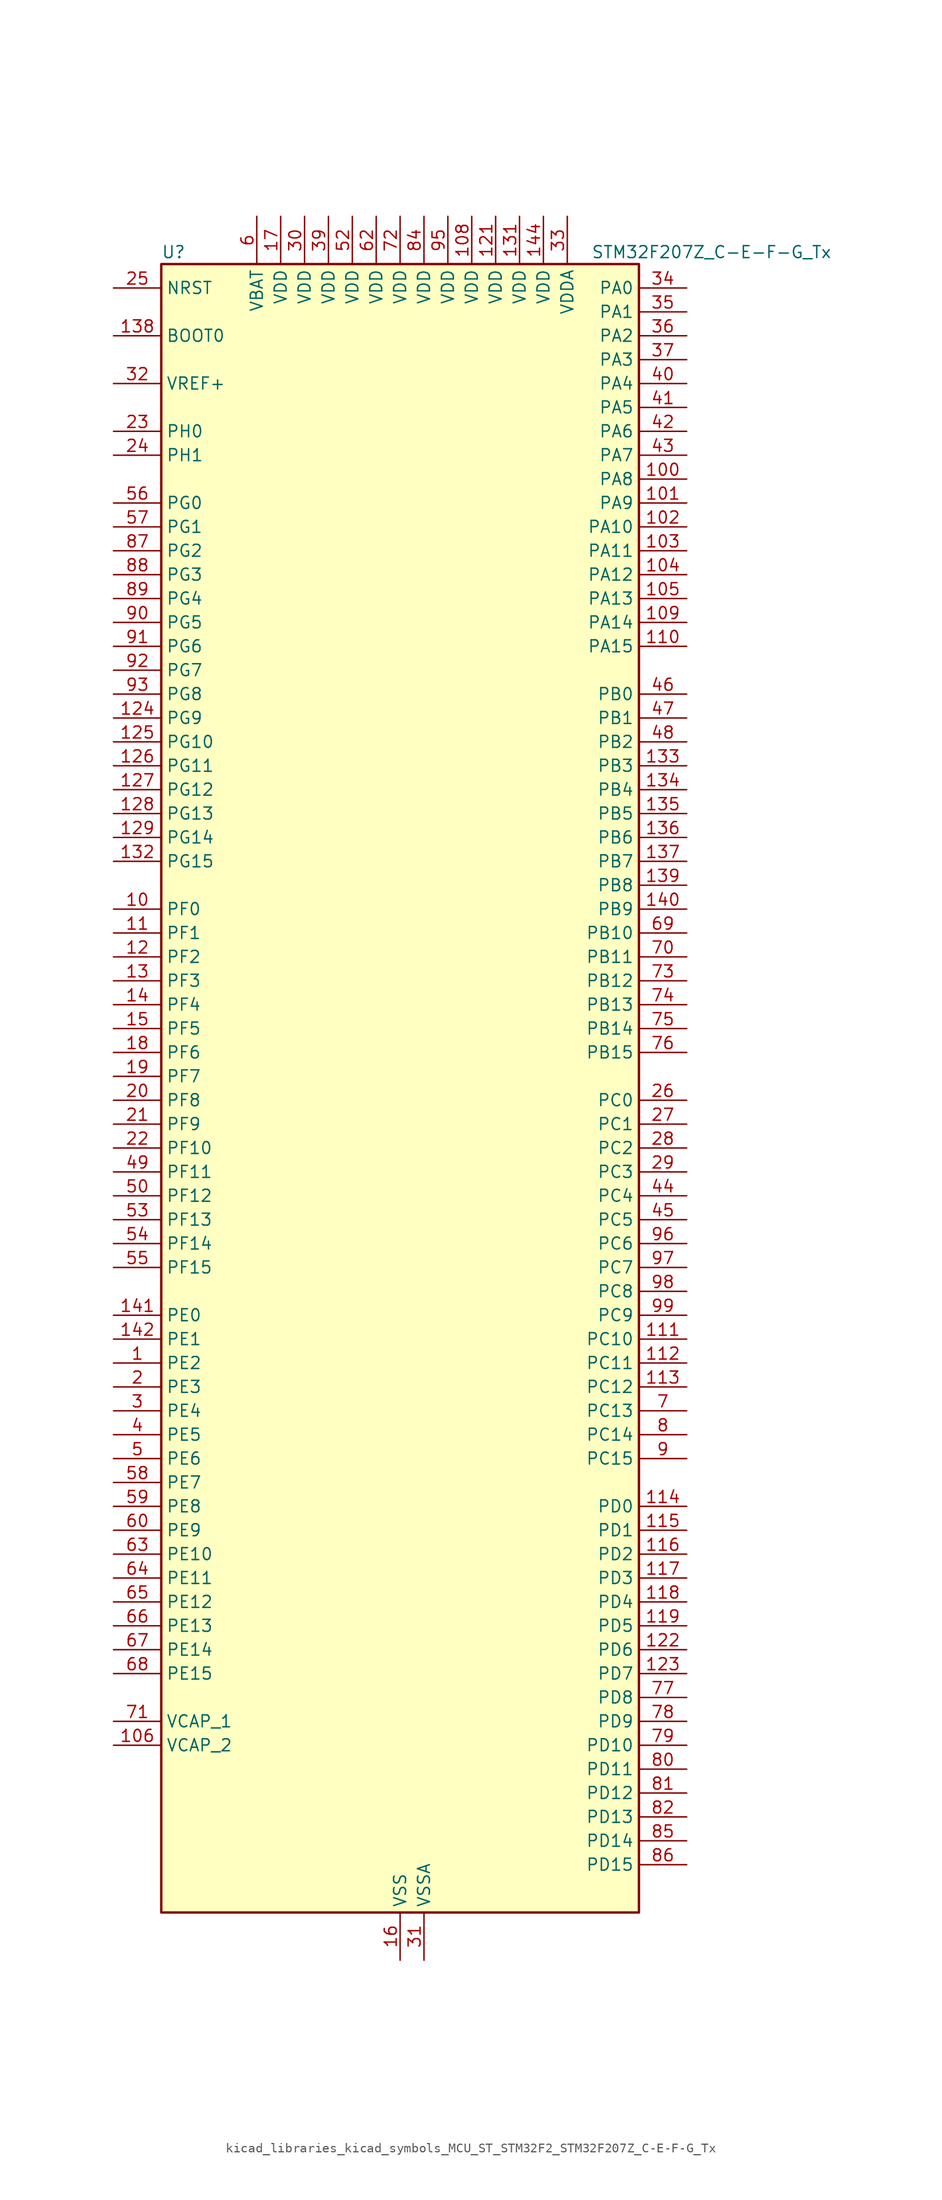
<source format=kicad_sym>
(kicad_symbol_lib
  (version 20220914)
  (generator kicad_symbol_editor)
  (symbol "kicad_libraries_kicad_symbols_MCU_ST_STM32F2_STM32F207Z_C-E-F-G_Tx"
    (property "Reference" "U"
      (at -25.4 90.17 0)
      (effects (font (size 1.27 1.27)) (justify left)))
    (property "Value" "STM32F207Z_C-E-F-G_Tx"
      (at 20.32 90.17 0)
      (effects (font (size 1.27 1.27)) (justify left)))
    (property "ki_locked" ""
      (at 0 0 0)
      (effects (font (size 1.27 1.27))))
    (symbol "kicad_libraries_kicad_symbols_MCU_ST_STM32F2_STM32F207Z_C-E-F-G_Tx_0_1"
      (rectangle (start -25.4 -86.36) (end 25.4 88.9) (stroke (width 0.254) (type default)) (fill (type background))))
    (symbol "kicad_libraries_kicad_symbols_MCU_ST_STM32F2_STM32F207Z_C-E-F-G_Tx_1_1"
      (pin bidirectional line (at -30.48 -27.94 0) (length 5.08) (name "PE2" (effects (font (size 1.27 1.27)))) (number "1" (effects (font (size 1.27 1.27)))) (alternate "ETH_TXD3" bidirectional line) (alternate "FSMC_A23" bidirectional line) (alternate "SYS_TRACECLK" bidirectional line))
      (pin bidirectional line (at -30.48 20.32 0) (length 5.08) (name "PF0" (effects (font (size 1.27 1.27)))) (number "10" (effects (font (size 1.27 1.27)))) (alternate "FSMC_A0" bidirectional line) (alternate "I2C2_SDA" bidirectional line))
      (pin bidirectional line (at 30.48 66.04 180) (length 5.08) (name "PA8" (effects (font (size 1.27 1.27)))) (number "100" (effects (font (size 1.27 1.27)))) (alternate "I2C3_SCL" bidirectional line) (alternate "RCC_MCO_1" bidirectional line) (alternate "TIM1_CH1" bidirectional line) (alternate "USART1_CK" bidirectional line) (alternate "USB_OTG_FS_SOF" bidirectional line))
      (pin bidirectional line (at 30.48 63.5 180) (length 5.08) (name "PA9" (effects (font (size 1.27 1.27)))) (number "101" (effects (font (size 1.27 1.27)))) (alternate "DAC_EXTI9" bidirectional line) (alternate "DCMI_D0" bidirectional line) (alternate "I2C3_SMBA" bidirectional line) (alternate "TIM1_CH2" bidirectional line) (alternate "USART1_TX" bidirectional line) (alternate "USB_OTG_FS_VBUS" bidirectional line))
      (pin bidirectional line (at 30.48 60.96 180) (length 5.08) (name "PA10" (effects (font (size 1.27 1.27)))) (number "102" (effects (font (size 1.27 1.27)))) (alternate "DCMI_D1" bidirectional line) (alternate "TIM1_CH3" bidirectional line) (alternate "USART1_RX" bidirectional line) (alternate "USB_OTG_FS_ID" bidirectional line))
      (pin bidirectional line (at 30.48 58.42 180) (length 5.08) (name "PA11" (effects (font (size 1.27 1.27)))) (number "103" (effects (font (size 1.27 1.27)))) (alternate "ADC1_EXTI11" bidirectional line) (alternate "ADC2_EXTI11" bidirectional line) (alternate "ADC3_EXTI11" bidirectional line) (alternate "CAN1_RX" bidirectional line) (alternate "TIM1_CH4" bidirectional line) (alternate "USART1_CTS" bidirectional line) (alternate "USB_OTG_FS_DM" bidirectional line))
      (pin bidirectional line (at 30.48 55.88 180) (length 5.08) (name "PA12" (effects (font (size 1.27 1.27)))) (number "104" (effects (font (size 1.27 1.27)))) (alternate "CAN1_TX" bidirectional line) (alternate "TIM1_ETR" bidirectional line) (alternate "USART1_RTS" bidirectional line) (alternate "USB_OTG_FS_DP" bidirectional line))
      (pin bidirectional line (at 30.48 53.34 180) (length 5.08) (name "PA13" (effects (font (size 1.27 1.27)))) (number "105" (effects (font (size 1.27 1.27)))) (alternate "SYS_JTMS-SWDIO" bidirectional line))
      (pin power_out line (at -30.48 -68.58 0) (length 5.08) (name "VCAP_2" (effects (font (size 1.27 1.27)))) (number "106" (effects (font (size 1.27 1.27)))))
      (pin passive line (at 0 -91.44 90) (length 5.08) hide (name "VSS" (effects (font (size 1.27 1.27)))) (number "107" (effects (font (size 1.27 1.27)))))
      (pin power_in line (at 7.62 93.98 270) (length 5.08) (name "VDD" (effects (font (size 1.27 1.27)))) (number "108" (effects (font (size 1.27 1.27)))))
      (pin bidirectional line (at 30.48 50.8 180) (length 5.08) (name "PA14" (effects (font (size 1.27 1.27)))) (number "109" (effects (font (size 1.27 1.27)))) (alternate "SYS_JTCK-SWCLK" bidirectional line))
      (pin bidirectional line (at -30.48 17.78 0) (length 5.08) (name "PF1" (effects (font (size 1.27 1.27)))) (number "11" (effects (font (size 1.27 1.27)))) (alternate "FSMC_A1" bidirectional line) (alternate "I2C2_SCL" bidirectional line))
      (pin bidirectional line (at 30.48 48.26 180) (length 5.08) (name "PA15" (effects (font (size 1.27 1.27)))) (number "110" (effects (font (size 1.27 1.27)))) (alternate "ADC1_EXTI15" bidirectional line) (alternate "ADC2_EXTI15" bidirectional line) (alternate "ADC3_EXTI15" bidirectional line) (alternate "I2S3_WS" bidirectional line) (alternate "SPI1_NSS" bidirectional line) (alternate "SPI3_NSS" bidirectional line) (alternate "SYS_JTDI" bidirectional line) (alternate "TIM2_CH1" bidirectional line) (alternate "TIM2_ETR" bidirectional line))
      (pin bidirectional line (at 30.48 -25.4 180) (length 5.08) (name "PC10" (effects (font (size 1.27 1.27)))) (number "111" (effects (font (size 1.27 1.27)))) (alternate "DCMI_D8" bidirectional line) (alternate "I2S3_SCK" bidirectional line) (alternate "SDIO_D2" bidirectional line) (alternate "SPI3_SCK" bidirectional line) (alternate "UART4_TX" bidirectional line) (alternate "USART3_TX" bidirectional line))
      (pin bidirectional line (at 30.48 -27.94 180) (length 5.08) (name "PC11" (effects (font (size 1.27 1.27)))) (number "112" (effects (font (size 1.27 1.27)))) (alternate "ADC1_EXTI11" bidirectional line) (alternate "ADC2_EXTI11" bidirectional line) (alternate "ADC3_EXTI11" bidirectional line) (alternate "DCMI_D4" bidirectional line) (alternate "SDIO_D3" bidirectional line) (alternate "SPI3_MISO" bidirectional line) (alternate "UART4_RX" bidirectional line) (alternate "USART3_RX" bidirectional line))
      (pin bidirectional line (at 30.48 -30.48 180) (length 5.08) (name "PC12" (effects (font (size 1.27 1.27)))) (number "113" (effects (font (size 1.27 1.27)))) (alternate "DCMI_D9" bidirectional line) (alternate "I2S3_SD" bidirectional line) (alternate "SDIO_CK" bidirectional line) (alternate "SPI3_MOSI" bidirectional line) (alternate "UART5_TX" bidirectional line) (alternate "USART3_CK" bidirectional line))
      (pin bidirectional line (at 30.48 -43.18 180) (length 5.08) (name "PD0" (effects (font (size 1.27 1.27)))) (number "114" (effects (font (size 1.27 1.27)))) (alternate "CAN1_RX" bidirectional line) (alternate "FSMC_D2" bidirectional line) (alternate "FSMC_DA2" bidirectional line))
      (pin bidirectional line (at 30.48 -45.72 180) (length 5.08) (name "PD1" (effects (font (size 1.27 1.27)))) (number "115" (effects (font (size 1.27 1.27)))) (alternate "CAN1_TX" bidirectional line) (alternate "FSMC_D3" bidirectional line) (alternate "FSMC_DA3" bidirectional line))
      (pin bidirectional line (at 30.48 -48.26 180) (length 5.08) (name "PD2" (effects (font (size 1.27 1.27)))) (number "116" (effects (font (size 1.27 1.27)))) (alternate "DCMI_D11" bidirectional line) (alternate "SDIO_CMD" bidirectional line) (alternate "TIM3_ETR" bidirectional line) (alternate "UART5_RX" bidirectional line))
      (pin bidirectional line (at 30.48 -50.8 180) (length 5.08) (name "PD3" (effects (font (size 1.27 1.27)))) (number "117" (effects (font (size 1.27 1.27)))) (alternate "FSMC_CLK" bidirectional line) (alternate "USART2_CTS" bidirectional line))
      (pin bidirectional line (at 30.48 -53.34 180) (length 5.08) (name "PD4" (effects (font (size 1.27 1.27)))) (number "118" (effects (font (size 1.27 1.27)))) (alternate "FSMC_NOE" bidirectional line) (alternate "USART2_RTS" bidirectional line))
      (pin bidirectional line (at 30.48 -55.88 180) (length 5.08) (name "PD5" (effects (font (size 1.27 1.27)))) (number "119" (effects (font (size 1.27 1.27)))) (alternate "FSMC_NWE" bidirectional line) (alternate "USART2_TX" bidirectional line))
      (pin bidirectional line (at -30.48 15.24 0) (length 5.08) (name "PF2" (effects (font (size 1.27 1.27)))) (number "12" (effects (font (size 1.27 1.27)))) (alternate "FSMC_A2" bidirectional line) (alternate "I2C2_SMBA" bidirectional line))
      (pin passive line (at 0 -91.44 90) (length 5.08) hide (name "VSS" (effects (font (size 1.27 1.27)))) (number "120" (effects (font (size 1.27 1.27)))))
      (pin power_in line (at 10.16 93.98 270) (length 5.08) (name "VDD" (effects (font (size 1.27 1.27)))) (number "121" (effects (font (size 1.27 1.27)))))
      (pin bidirectional line (at 30.48 -58.42 180) (length 5.08) (name "PD6" (effects (font (size 1.27 1.27)))) (number "122" (effects (font (size 1.27 1.27)))) (alternate "FSMC_NWAIT" bidirectional line) (alternate "USART2_RX" bidirectional line))
      (pin bidirectional line (at 30.48 -60.96 180) (length 5.08) (name "PD7" (effects (font (size 1.27 1.27)))) (number "123" (effects (font (size 1.27 1.27)))) (alternate "FSMC_NCE2" bidirectional line) (alternate "FSMC_NE1" bidirectional line) (alternate "USART2_CK" bidirectional line))
      (pin bidirectional line (at -30.48 40.64 0) (length 5.08) (name "PG9" (effects (font (size 1.27 1.27)))) (number "124" (effects (font (size 1.27 1.27)))) (alternate "DAC_EXTI9" bidirectional line) (alternate "FSMC_NCE3" bidirectional line) (alternate "FSMC_NE2" bidirectional line) (alternate "USART6_RX" bidirectional line))
      (pin bidirectional line (at -30.48 38.1 0) (length 5.08) (name "PG10" (effects (font (size 1.27 1.27)))) (number "125" (effects (font (size 1.27 1.27)))) (alternate "FSMC_NCE4_1" bidirectional line) (alternate "FSMC_NE3" bidirectional line))
      (pin bidirectional line (at -30.48 35.56 0) (length 5.08) (name "PG11" (effects (font (size 1.27 1.27)))) (number "126" (effects (font (size 1.27 1.27)))) (alternate "ADC1_EXTI11" bidirectional line) (alternate "ADC2_EXTI11" bidirectional line) (alternate "ADC3_EXTI11" bidirectional line) (alternate "ETH_TX_EN" bidirectional line) (alternate "FSMC_NCE4_2" bidirectional line))
      (pin bidirectional line (at -30.48 33.02 0) (length 5.08) (name "PG12" (effects (font (size 1.27 1.27)))) (number "127" (effects (font (size 1.27 1.27)))) (alternate "FSMC_NE4" bidirectional line) (alternate "USART6_RTS" bidirectional line))
      (pin bidirectional line (at -30.48 30.48 0) (length 5.08) (name "PG13" (effects (font (size 1.27 1.27)))) (number "128" (effects (font (size 1.27 1.27)))) (alternate "ETH_TXD0" bidirectional line) (alternate "FSMC_A24" bidirectional line) (alternate "USART6_CTS" bidirectional line))
      (pin bidirectional line (at -30.48 27.94 0) (length 5.08) (name "PG14" (effects (font (size 1.27 1.27)))) (number "129" (effects (font (size 1.27 1.27)))) (alternate "ETH_TXD1" bidirectional line) (alternate "FSMC_A25" bidirectional line) (alternate "USART6_TX" bidirectional line))
      (pin bidirectional line (at -30.48 12.7 0) (length 5.08) (name "PF3" (effects (font (size 1.27 1.27)))) (number "13" (effects (font (size 1.27 1.27)))) (alternate "ADC3_IN9" bidirectional line) (alternate "FSMC_A3" bidirectional line))
      (pin passive line (at 0 -91.44 90) (length 5.08) hide (name "VSS" (effects (font (size 1.27 1.27)))) (number "130" (effects (font (size 1.27 1.27)))))
      (pin power_in line (at 12.7 93.98 270) (length 5.08) (name "VDD" (effects (font (size 1.27 1.27)))) (number "131" (effects (font (size 1.27 1.27)))))
      (pin bidirectional line (at -30.48 25.4 0) (length 5.08) (name "PG15" (effects (font (size 1.27 1.27)))) (number "132" (effects (font (size 1.27 1.27)))) (alternate "ADC1_EXTI15" bidirectional line) (alternate "ADC2_EXTI15" bidirectional line) (alternate "ADC3_EXTI15" bidirectional line) (alternate "DCMI_D13" bidirectional line) (alternate "USART6_CTS" bidirectional line))
      (pin bidirectional line (at 30.48 35.56 180) (length 5.08) (name "PB3" (effects (font (size 1.27 1.27)))) (number "133" (effects (font (size 1.27 1.27)))) (alternate "I2S3_SCK" bidirectional line) (alternate "SPI1_SCK" bidirectional line) (alternate "SPI3_SCK" bidirectional line) (alternate "SYS_JTDO-SWO" bidirectional line) (alternate "TIM2_CH2" bidirectional line))
      (pin bidirectional line (at 30.48 33.02 180) (length 5.08) (name "PB4" (effects (font (size 1.27 1.27)))) (number "134" (effects (font (size 1.27 1.27)))) (alternate "SPI1_MISO" bidirectional line) (alternate "SPI3_MISO" bidirectional line) (alternate "SYS_JTRST" bidirectional line) (alternate "TIM3_CH1" bidirectional line))
      (pin bidirectional line (at 30.48 30.48 180) (length 5.08) (name "PB5" (effects (font (size 1.27 1.27)))) (number "135" (effects (font (size 1.27 1.27)))) (alternate "CAN2_RX" bidirectional line) (alternate "DCMI_D10" bidirectional line) (alternate "ETH_PPS_OUT" bidirectional line) (alternate "I2C1_SMBA" bidirectional line) (alternate "I2S3_SD" bidirectional line) (alternate "SPI1_MOSI" bidirectional line) (alternate "SPI3_MOSI" bidirectional line) (alternate "TIM3_CH2" bidirectional line) (alternate "USB_OTG_HS_ULPI_D7" bidirectional line))
      (pin bidirectional line (at 30.48 27.94 180) (length 5.08) (name "PB6" (effects (font (size 1.27 1.27)))) (number "136" (effects (font (size 1.27 1.27)))) (alternate "CAN2_TX" bidirectional line) (alternate "DCMI_D5" bidirectional line) (alternate "I2C1_SCL" bidirectional line) (alternate "TIM4_CH1" bidirectional line) (alternate "USART1_TX" bidirectional line))
      (pin bidirectional line (at 30.48 25.4 180) (length 5.08) (name "PB7" (effects (font (size 1.27 1.27)))) (number "137" (effects (font (size 1.27 1.27)))) (alternate "DCMI_VSYNC" bidirectional line) (alternate "FSMC_NL" bidirectional line) (alternate "I2C1_SDA" bidirectional line) (alternate "TIM4_CH2" bidirectional line) (alternate "USART1_RX" bidirectional line))
      (pin input line (at -30.48 81.28 0) (length 5.08) (name "BOOT0" (effects (font (size 1.27 1.27)))) (number "138" (effects (font (size 1.27 1.27)))))
      (pin bidirectional line (at 30.48 22.86 180) (length 5.08) (name "PB8" (effects (font (size 1.27 1.27)))) (number "139" (effects (font (size 1.27 1.27)))) (alternate "CAN1_RX" bidirectional line) (alternate "DCMI_D6" bidirectional line) (alternate "ETH_TXD3" bidirectional line) (alternate "I2C1_SCL" bidirectional line) (alternate "SDIO_D4" bidirectional line) (alternate "TIM10_CH1" bidirectional line) (alternate "TIM4_CH3" bidirectional line))
      (pin bidirectional line (at -30.48 10.16 0) (length 5.08) (name "PF4" (effects (font (size 1.27 1.27)))) (number "14" (effects (font (size 1.27 1.27)))) (alternate "ADC3_IN14" bidirectional line) (alternate "FSMC_A4" bidirectional line))
      (pin bidirectional line (at 30.48 20.32 180) (length 5.08) (name "PB9" (effects (font (size 1.27 1.27)))) (number "140" (effects (font (size 1.27 1.27)))) (alternate "CAN1_TX" bidirectional line) (alternate "DAC_EXTI9" bidirectional line) (alternate "DCMI_D7" bidirectional line) (alternate "I2C1_SDA" bidirectional line) (alternate "I2S2_WS" bidirectional line) (alternate "SDIO_D5" bidirectional line) (alternate "SPI2_NSS" bidirectional line) (alternate "TIM11_CH1" bidirectional line) (alternate "TIM4_CH4" bidirectional line))
      (pin bidirectional line (at -30.48 -22.86 0) (length 5.08) (name "PE0" (effects (font (size 1.27 1.27)))) (number "141" (effects (font (size 1.27 1.27)))) (alternate "DCMI_D2" bidirectional line) (alternate "FSMC_NBL0" bidirectional line) (alternate "TIM4_ETR" bidirectional line))
      (pin bidirectional line (at -30.48 -25.4 0) (length 5.08) (name "PE1" (effects (font (size 1.27 1.27)))) (number "142" (effects (font (size 1.27 1.27)))) (alternate "DCMI_D3" bidirectional line) (alternate "FSMC_NBL1" bidirectional line))
      (pin no_connect line (at -25.4 -86.36 0) (length 5.08) hide (name "RFU" (effects (font (size 1.27 1.27)))) (number "143" (effects (font (size 1.27 1.27)))))
      (pin power_in line (at 15.24 93.98 270) (length 5.08) (name "VDD" (effects (font (size 1.27 1.27)))) (number "144" (effects (font (size 1.27 1.27)))))
      (pin bidirectional line (at -30.48 7.62 0) (length 5.08) (name "PF5" (effects (font (size 1.27 1.27)))) (number "15" (effects (font (size 1.27 1.27)))) (alternate "ADC3_IN15" bidirectional line) (alternate "FSMC_A5" bidirectional line))
      (pin power_in line (at 0 -91.44 90) (length 5.08) (name "VSS" (effects (font (size 1.27 1.27)))) (number "16" (effects (font (size 1.27 1.27)))))
      (pin power_in line (at -12.7 93.98 270) (length 5.08) (name "VDD" (effects (font (size 1.27 1.27)))) (number "17" (effects (font (size 1.27 1.27)))))
      (pin bidirectional line (at -30.48 5.08 0) (length 5.08) (name "PF6" (effects (font (size 1.27 1.27)))) (number "18" (effects (font (size 1.27 1.27)))) (alternate "ADC3_IN4" bidirectional line) (alternate "FSMC_NIORD" bidirectional line) (alternate "TIM10_CH1" bidirectional line))
      (pin bidirectional line (at -30.48 2.54 0) (length 5.08) (name "PF7" (effects (font (size 1.27 1.27)))) (number "19" (effects (font (size 1.27 1.27)))) (alternate "ADC3_IN5" bidirectional line) (alternate "FSMC_NREG" bidirectional line) (alternate "TIM11_CH1" bidirectional line))
      (pin bidirectional line (at -30.48 -30.48 0) (length 5.08) (name "PE3" (effects (font (size 1.27 1.27)))) (number "2" (effects (font (size 1.27 1.27)))) (alternate "FSMC_A19" bidirectional line) (alternate "SYS_TRACED0" bidirectional line))
      (pin bidirectional line (at -30.48 0 0) (length 5.08) (name "PF8" (effects (font (size 1.27 1.27)))) (number "20" (effects (font (size 1.27 1.27)))) (alternate "ADC3_IN6" bidirectional line) (alternate "FSMC_NIOWR" bidirectional line) (alternate "TIM13_CH1" bidirectional line))
      (pin bidirectional line (at -30.48 -2.54 0) (length 5.08) (name "PF9" (effects (font (size 1.27 1.27)))) (number "21" (effects (font (size 1.27 1.27)))) (alternate "ADC3_IN7" bidirectional line) (alternate "DAC_EXTI9" bidirectional line) (alternate "FSMC_CD" bidirectional line) (alternate "TIM14_CH1" bidirectional line))
      (pin bidirectional line (at -30.48 -5.08 0) (length 5.08) (name "PF10" (effects (font (size 1.27 1.27)))) (number "22" (effects (font (size 1.27 1.27)))) (alternate "ADC3_IN8" bidirectional line) (alternate "FSMC_INTR" bidirectional line))
      (pin bidirectional line (at -30.48 71.12 0) (length 5.08) (name "PH0" (effects (font (size 1.27 1.27)))) (number "23" (effects (font (size 1.27 1.27)))) (alternate "RCC_OSC_IN" bidirectional line))
      (pin bidirectional line (at -30.48 68.58 0) (length 5.08) (name "PH1" (effects (font (size 1.27 1.27)))) (number "24" (effects (font (size 1.27 1.27)))) (alternate "RCC_OSC_OUT" bidirectional line))
      (pin input line (at -30.48 86.36 0) (length 5.08) (name "NRST" (effects (font (size 1.27 1.27)))) (number "25" (effects (font (size 1.27 1.27)))))
      (pin bidirectional line (at 30.48 0 180) (length 5.08) (name "PC0" (effects (font (size 1.27 1.27)))) (number "26" (effects (font (size 1.27 1.27)))) (alternate "ADC1_IN10" bidirectional line) (alternate "ADC2_IN10" bidirectional line) (alternate "ADC3_IN10" bidirectional line) (alternate "USB_OTG_HS_ULPI_STP" bidirectional line))
      (pin bidirectional line (at 30.48 -2.54 180) (length 5.08) (name "PC1" (effects (font (size 1.27 1.27)))) (number "27" (effects (font (size 1.27 1.27)))) (alternate "ADC1_IN11" bidirectional line) (alternate "ADC2_IN11" bidirectional line) (alternate "ADC3_IN11" bidirectional line) (alternate "ETH_MDC" bidirectional line))
      (pin bidirectional line (at 30.48 -5.08 180) (length 5.08) (name "PC2" (effects (font (size 1.27 1.27)))) (number "28" (effects (font (size 1.27 1.27)))) (alternate "ADC1_IN12" bidirectional line) (alternate "ADC2_IN12" bidirectional line) (alternate "ADC3_IN12" bidirectional line) (alternate "ETH_TXD2" bidirectional line) (alternate "SPI2_MISO" bidirectional line) (alternate "USB_OTG_HS_ULPI_DIR" bidirectional line))
      (pin bidirectional line (at 30.48 -7.62 180) (length 5.08) (name "PC3" (effects (font (size 1.27 1.27)))) (number "29" (effects (font (size 1.27 1.27)))) (alternate "ADC1_IN13" bidirectional line) (alternate "ADC2_IN13" bidirectional line) (alternate "ADC3_IN13" bidirectional line) (alternate "ETH_TX_CLK" bidirectional line) (alternate "I2S2_SD" bidirectional line) (alternate "SPI2_MOSI" bidirectional line) (alternate "USB_OTG_HS_ULPI_NXT" bidirectional line))
      (pin bidirectional line (at -30.48 -33.02 0) (length 5.08) (name "PE4" (effects (font (size 1.27 1.27)))) (number "3" (effects (font (size 1.27 1.27)))) (alternate "DCMI_D4" bidirectional line) (alternate "FSMC_A20" bidirectional line) (alternate "SYS_TRACED1" bidirectional line))
      (pin power_in line (at -10.16 93.98 270) (length 5.08) (name "VDD" (effects (font (size 1.27 1.27)))) (number "30" (effects (font (size 1.27 1.27)))))
      (pin power_in line (at 2.54 -91.44 90) (length 5.08) (name "VSSA" (effects (font (size 1.27 1.27)))) (number "31" (effects (font (size 1.27 1.27)))))
      (pin input line (at -30.48 76.2 0) (length 5.08) (name "VREF+" (effects (font (size 1.27 1.27)))) (number "32" (effects (font (size 1.27 1.27)))))
      (pin power_in line (at 17.78 93.98 270) (length 5.08) (name "VDDA" (effects (font (size 1.27 1.27)))) (number "33" (effects (font (size 1.27 1.27)))))
      (pin bidirectional line (at 30.48 86.36 180) (length 5.08) (name "PA0" (effects (font (size 1.27 1.27)))) (number "34" (effects (font (size 1.27 1.27)))) (alternate "ADC1_IN0" bidirectional line) (alternate "ADC2_IN0" bidirectional line) (alternate "ADC3_IN0" bidirectional line) (alternate "ETH_CRS" bidirectional line) (alternate "SYS_WKUP" bidirectional line) (alternate "TIM2_CH1" bidirectional line) (alternate "TIM2_ETR" bidirectional line) (alternate "TIM5_CH1" bidirectional line) (alternate "TIM8_ETR" bidirectional line) (alternate "UART4_TX" bidirectional line) (alternate "USART2_CTS" bidirectional line))
      (pin bidirectional line (at 30.48 83.82 180) (length 5.08) (name "PA1" (effects (font (size 1.27 1.27)))) (number "35" (effects (font (size 1.27 1.27)))) (alternate "ADC1_IN1" bidirectional line) (alternate "ADC2_IN1" bidirectional line) (alternate "ADC3_IN1" bidirectional line) (alternate "ETH_REF_CLK" bidirectional line) (alternate "ETH_RX_CLK" bidirectional line) (alternate "TIM2_CH2" bidirectional line) (alternate "TIM5_CH2" bidirectional line) (alternate "UART4_RX" bidirectional line) (alternate "USART2_RTS" bidirectional line))
      (pin bidirectional line (at 30.48 81.28 180) (length 5.08) (name "PA2" (effects (font (size 1.27 1.27)))) (number "36" (effects (font (size 1.27 1.27)))) (alternate "ADC1_IN2" bidirectional line) (alternate "ADC2_IN2" bidirectional line) (alternate "ADC3_IN2" bidirectional line) (alternate "ETH_MDIO" bidirectional line) (alternate "TIM2_CH3" bidirectional line) (alternate "TIM5_CH3" bidirectional line) (alternate "TIM9_CH1" bidirectional line) (alternate "USART2_TX" bidirectional line))
      (pin bidirectional line (at 30.48 78.74 180) (length 5.08) (name "PA3" (effects (font (size 1.27 1.27)))) (number "37" (effects (font (size 1.27 1.27)))) (alternate "ADC1_IN3" bidirectional line) (alternate "ADC2_IN3" bidirectional line) (alternate "ADC3_IN3" bidirectional line) (alternate "ETH_COL" bidirectional line) (alternate "TIM2_CH4" bidirectional line) (alternate "TIM5_CH4" bidirectional line) (alternate "TIM9_CH2" bidirectional line) (alternate "USART2_RX" bidirectional line) (alternate "USB_OTG_HS_ULPI_D0" bidirectional line))
      (pin passive line (at 0 -91.44 90) (length 5.08) hide (name "VSS" (effects (font (size 1.27 1.27)))) (number "38" (effects (font (size 1.27 1.27)))))
      (pin power_in line (at -7.62 93.98 270) (length 5.08) (name "VDD" (effects (font (size 1.27 1.27)))) (number "39" (effects (font (size 1.27 1.27)))))
      (pin bidirectional line (at -30.48 -35.56 0) (length 5.08) (name "PE5" (effects (font (size 1.27 1.27)))) (number "4" (effects (font (size 1.27 1.27)))) (alternate "DCMI_D6" bidirectional line) (alternate "FSMC_A21" bidirectional line) (alternate "SYS_TRACED2" bidirectional line) (alternate "TIM9_CH1" bidirectional line))
      (pin bidirectional line (at 30.48 76.2 180) (length 5.08) (name "PA4" (effects (font (size 1.27 1.27)))) (number "40" (effects (font (size 1.27 1.27)))) (alternate "ADC1_IN4" bidirectional line) (alternate "ADC2_IN4" bidirectional line) (alternate "DAC_OUT1" bidirectional line) (alternate "DCMI_HSYNC" bidirectional line) (alternate "I2S3_WS" bidirectional line) (alternate "SPI1_NSS" bidirectional line) (alternate "SPI3_NSS" bidirectional line) (alternate "USART2_CK" bidirectional line) (alternate "USB_OTG_HS_SOF" bidirectional line))
      (pin bidirectional line (at 30.48 73.66 180) (length 5.08) (name "PA5" (effects (font (size 1.27 1.27)))) (number "41" (effects (font (size 1.27 1.27)))) (alternate "ADC1_IN5" bidirectional line) (alternate "ADC2_IN5" bidirectional line) (alternate "DAC_OUT2" bidirectional line) (alternate "SPI1_SCK" bidirectional line) (alternate "TIM2_CH1" bidirectional line) (alternate "TIM2_ETR" bidirectional line) (alternate "TIM8_CH1N" bidirectional line) (alternate "USB_OTG_HS_ULPI_CK" bidirectional line))
      (pin bidirectional line (at 30.48 71.12 180) (length 5.08) (name "PA6" (effects (font (size 1.27 1.27)))) (number "42" (effects (font (size 1.27 1.27)))) (alternate "ADC1_IN6" bidirectional line) (alternate "ADC2_IN6" bidirectional line) (alternate "DCMI_PIXCLK" bidirectional line) (alternate "SPI1_MISO" bidirectional line) (alternate "TIM13_CH1" bidirectional line) (alternate "TIM1_BKIN" bidirectional line) (alternate "TIM3_CH1" bidirectional line) (alternate "TIM8_BKIN" bidirectional line))
      (pin bidirectional line (at 30.48 68.58 180) (length 5.08) (name "PA7" (effects (font (size 1.27 1.27)))) (number "43" (effects (font (size 1.27 1.27)))) (alternate "ADC1_IN7" bidirectional line) (alternate "ADC2_IN7" bidirectional line) (alternate "ETH_CRS_DV" bidirectional line) (alternate "ETH_RX_DV" bidirectional line) (alternate "SPI1_MOSI" bidirectional line) (alternate "TIM14_CH1" bidirectional line) (alternate "TIM1_CH1N" bidirectional line) (alternate "TIM3_CH2" bidirectional line) (alternate "TIM8_CH1N" bidirectional line))
      (pin bidirectional line (at 30.48 -10.16 180) (length 5.08) (name "PC4" (effects (font (size 1.27 1.27)))) (number "44" (effects (font (size 1.27 1.27)))) (alternate "ADC1_IN14" bidirectional line) (alternate "ADC2_IN14" bidirectional line) (alternate "ETH_RXD0" bidirectional line))
      (pin bidirectional line (at 30.48 -12.7 180) (length 5.08) (name "PC5" (effects (font (size 1.27 1.27)))) (number "45" (effects (font (size 1.27 1.27)))) (alternate "ADC1_IN15" bidirectional line) (alternate "ADC2_IN15" bidirectional line) (alternate "ETH_RXD1" bidirectional line))
      (pin bidirectional line (at 30.48 43.18 180) (length 5.08) (name "PB0" (effects (font (size 1.27 1.27)))) (number "46" (effects (font (size 1.27 1.27)))) (alternate "ADC1_IN8" bidirectional line) (alternate "ADC2_IN8" bidirectional line) (alternate "ETH_RXD2" bidirectional line) (alternate "TIM1_CH2N" bidirectional line) (alternate "TIM3_CH3" bidirectional line) (alternate "TIM8_CH2N" bidirectional line) (alternate "USB_OTG_HS_ULPI_D1" bidirectional line))
      (pin bidirectional line (at 30.48 40.64 180) (length 5.08) (name "PB1" (effects (font (size 1.27 1.27)))) (number "47" (effects (font (size 1.27 1.27)))) (alternate "ADC1_IN9" bidirectional line) (alternate "ADC2_IN9" bidirectional line) (alternate "ETH_RXD3" bidirectional line) (alternate "TIM1_CH3N" bidirectional line) (alternate "TIM3_CH4" bidirectional line) (alternate "TIM8_CH3N" bidirectional line) (alternate "USB_OTG_HS_ULPI_D2" bidirectional line))
      (pin bidirectional line (at 30.48 38.1 180) (length 5.08) (name "PB2" (effects (font (size 1.27 1.27)))) (number "48" (effects (font (size 1.27 1.27)))))
      (pin bidirectional line (at -30.48 -7.62 0) (length 5.08) (name "PF11" (effects (font (size 1.27 1.27)))) (number "49" (effects (font (size 1.27 1.27)))) (alternate "ADC1_EXTI11" bidirectional line) (alternate "ADC2_EXTI11" bidirectional line) (alternate "ADC3_EXTI11" bidirectional line) (alternate "DCMI_D12" bidirectional line))
      (pin bidirectional line (at -30.48 -38.1 0) (length 5.08) (name "PE6" (effects (font (size 1.27 1.27)))) (number "5" (effects (font (size 1.27 1.27)))) (alternate "DCMI_D7" bidirectional line) (alternate "FSMC_A22" bidirectional line) (alternate "SYS_TRACED3" bidirectional line) (alternate "TIM9_CH2" bidirectional line))
      (pin bidirectional line (at -30.48 -10.16 0) (length 5.08) (name "PF12" (effects (font (size 1.27 1.27)))) (number "50" (effects (font (size 1.27 1.27)))) (alternate "FSMC_A6" bidirectional line))
      (pin passive line (at 0 -91.44 90) (length 5.08) hide (name "VSS" (effects (font (size 1.27 1.27)))) (number "51" (effects (font (size 1.27 1.27)))))
      (pin power_in line (at -5.08 93.98 270) (length 5.08) (name "VDD" (effects (font (size 1.27 1.27)))) (number "52" (effects (font (size 1.27 1.27)))))
      (pin bidirectional line (at -30.48 -12.7 0) (length 5.08) (name "PF13" (effects (font (size 1.27 1.27)))) (number "53" (effects (font (size 1.27 1.27)))) (alternate "FSMC_A7" bidirectional line))
      (pin bidirectional line (at -30.48 -15.24 0) (length 5.08) (name "PF14" (effects (font (size 1.27 1.27)))) (number "54" (effects (font (size 1.27 1.27)))) (alternate "FSMC_A8" bidirectional line))
      (pin bidirectional line (at -30.48 -17.78 0) (length 5.08) (name "PF15" (effects (font (size 1.27 1.27)))) (number "55" (effects (font (size 1.27 1.27)))) (alternate "ADC1_EXTI15" bidirectional line) (alternate "ADC2_EXTI15" bidirectional line) (alternate "ADC3_EXTI15" bidirectional line) (alternate "FSMC_A9" bidirectional line))
      (pin bidirectional line (at -30.48 63.5 0) (length 5.08) (name "PG0" (effects (font (size 1.27 1.27)))) (number "56" (effects (font (size 1.27 1.27)))) (alternate "FSMC_A10" bidirectional line))
      (pin bidirectional line (at -30.48 60.96 0) (length 5.08) (name "PG1" (effects (font (size 1.27 1.27)))) (number "57" (effects (font (size 1.27 1.27)))) (alternate "FSMC_A11" bidirectional line))
      (pin bidirectional line (at -30.48 -40.64 0) (length 5.08) (name "PE7" (effects (font (size 1.27 1.27)))) (number "58" (effects (font (size 1.27 1.27)))) (alternate "FSMC_D4" bidirectional line) (alternate "FSMC_DA4" bidirectional line) (alternate "TIM1_ETR" bidirectional line))
      (pin bidirectional line (at -30.48 -43.18 0) (length 5.08) (name "PE8" (effects (font (size 1.27 1.27)))) (number "59" (effects (font (size 1.27 1.27)))) (alternate "FSMC_D5" bidirectional line) (alternate "FSMC_DA5" bidirectional line) (alternate "TIM1_CH1N" bidirectional line))
      (pin power_in line (at -15.24 93.98 270) (length 5.08) (name "VBAT" (effects (font (size 1.27 1.27)))) (number "6" (effects (font (size 1.27 1.27)))))
      (pin bidirectional line (at -30.48 -45.72 0) (length 5.08) (name "PE9" (effects (font (size 1.27 1.27)))) (number "60" (effects (font (size 1.27 1.27)))) (alternate "DAC_EXTI9" bidirectional line) (alternate "FSMC_D6" bidirectional line) (alternate "FSMC_DA6" bidirectional line) (alternate "TIM1_CH1" bidirectional line))
      (pin passive line (at 0 -91.44 90) (length 5.08) hide (name "VSS" (effects (font (size 1.27 1.27)))) (number "61" (effects (font (size 1.27 1.27)))))
      (pin power_in line (at -2.54 93.98 270) (length 5.08) (name "VDD" (effects (font (size 1.27 1.27)))) (number "62" (effects (font (size 1.27 1.27)))))
      (pin bidirectional line (at -30.48 -48.26 0) (length 5.08) (name "PE10" (effects (font (size 1.27 1.27)))) (number "63" (effects (font (size 1.27 1.27)))) (alternate "FSMC_D7" bidirectional line) (alternate "FSMC_DA7" bidirectional line) (alternate "TIM1_CH2N" bidirectional line))
      (pin bidirectional line (at -30.48 -50.8 0) (length 5.08) (name "PE11" (effects (font (size 1.27 1.27)))) (number "64" (effects (font (size 1.27 1.27)))) (alternate "ADC1_EXTI11" bidirectional line) (alternate "ADC2_EXTI11" bidirectional line) (alternate "ADC3_EXTI11" bidirectional line) (alternate "FSMC_D8" bidirectional line) (alternate "FSMC_DA8" bidirectional line) (alternate "TIM1_CH2" bidirectional line))
      (pin bidirectional line (at -30.48 -53.34 0) (length 5.08) (name "PE12" (effects (font (size 1.27 1.27)))) (number "65" (effects (font (size 1.27 1.27)))) (alternate "FSMC_D9" bidirectional line) (alternate "FSMC_DA9" bidirectional line) (alternate "TIM1_CH3N" bidirectional line))
      (pin bidirectional line (at -30.48 -55.88 0) (length 5.08) (name "PE13" (effects (font (size 1.27 1.27)))) (number "66" (effects (font (size 1.27 1.27)))) (alternate "FSMC_D10" bidirectional line) (alternate "FSMC_DA10" bidirectional line) (alternate "TIM1_CH3" bidirectional line))
      (pin bidirectional line (at -30.48 -58.42 0) (length 5.08) (name "PE14" (effects (font (size 1.27 1.27)))) (number "67" (effects (font (size 1.27 1.27)))) (alternate "FSMC_D11" bidirectional line) (alternate "FSMC_DA11" bidirectional line) (alternate "TIM1_CH4" bidirectional line))
      (pin bidirectional line (at -30.48 -60.96 0) (length 5.08) (name "PE15" (effects (font (size 1.27 1.27)))) (number "68" (effects (font (size 1.27 1.27)))) (alternate "ADC1_EXTI15" bidirectional line) (alternate "ADC2_EXTI15" bidirectional line) (alternate "ADC3_EXTI15" bidirectional line) (alternate "FSMC_D12" bidirectional line) (alternate "FSMC_DA12" bidirectional line) (alternate "TIM1_BKIN" bidirectional line))
      (pin bidirectional line (at 30.48 17.78 180) (length 5.08) (name "PB10" (effects (font (size 1.27 1.27)))) (number "69" (effects (font (size 1.27 1.27)))) (alternate "ETH_RX_ER" bidirectional line) (alternate "I2C2_SCL" bidirectional line) (alternate "I2S2_SCK" bidirectional line) (alternate "SPI2_SCK" bidirectional line) (alternate "TIM2_CH3" bidirectional line) (alternate "USART3_TX" bidirectional line) (alternate "USB_OTG_HS_ULPI_D3" bidirectional line))
      (pin bidirectional line (at 30.48 -33.02 180) (length 5.08) (name "PC13" (effects (font (size 1.27 1.27)))) (number "7" (effects (font (size 1.27 1.27)))) (alternate "RTC_AF1" bidirectional line))
      (pin bidirectional line (at 30.48 15.24 180) (length 5.08) (name "PB11" (effects (font (size 1.27 1.27)))) (number "70" (effects (font (size 1.27 1.27)))) (alternate "ADC1_EXTI11" bidirectional line) (alternate "ADC2_EXTI11" bidirectional line) (alternate "ADC3_EXTI11" bidirectional line) (alternate "ETH_TX_EN" bidirectional line) (alternate "I2C2_SDA" bidirectional line) (alternate "TIM2_CH4" bidirectional line) (alternate "USART3_RX" bidirectional line) (alternate "USB_OTG_HS_ULPI_D4" bidirectional line))
      (pin power_out line (at -30.48 -66.04 0) (length 5.08) (name "VCAP_1" (effects (font (size 1.27 1.27)))) (number "71" (effects (font (size 1.27 1.27)))))
      (pin power_in line (at 0 93.98 270) (length 5.08) (name "VDD" (effects (font (size 1.27 1.27)))) (number "72" (effects (font (size 1.27 1.27)))))
      (pin bidirectional line (at 30.48 12.7 180) (length 5.08) (name "PB12" (effects (font (size 1.27 1.27)))) (number "73" (effects (font (size 1.27 1.27)))) (alternate "CAN2_RX" bidirectional line) (alternate "ETH_TXD0" bidirectional line) (alternate "I2C2_SMBA" bidirectional line) (alternate "I2S2_WS" bidirectional line) (alternate "SPI2_NSS" bidirectional line) (alternate "TIM1_BKIN" bidirectional line) (alternate "USART3_CK" bidirectional line) (alternate "USB_OTG_HS_ID" bidirectional line) (alternate "USB_OTG_HS_ULPI_D5" bidirectional line))
      (pin bidirectional line (at 30.48 10.16 180) (length 5.08) (name "PB13" (effects (font (size 1.27 1.27)))) (number "74" (effects (font (size 1.27 1.27)))) (alternate "CAN2_TX" bidirectional line) (alternate "ETH_TXD1" bidirectional line) (alternate "I2S2_SCK" bidirectional line) (alternate "SPI2_SCK" bidirectional line) (alternate "TIM1_CH1N" bidirectional line) (alternate "USART3_CTS" bidirectional line) (alternate "USB_OTG_HS_ULPI_D6" bidirectional line) (alternate "USB_OTG_HS_VBUS" bidirectional line))
      (pin bidirectional line (at 30.48 7.62 180) (length 5.08) (name "PB14" (effects (font (size 1.27 1.27)))) (number "75" (effects (font (size 1.27 1.27)))) (alternate "SPI2_MISO" bidirectional line) (alternate "TIM12_CH1" bidirectional line) (alternate "TIM1_CH2N" bidirectional line) (alternate "TIM8_CH2N" bidirectional line) (alternate "USART3_RTS" bidirectional line) (alternate "USB_OTG_HS_DM" bidirectional line))
      (pin bidirectional line (at 30.48 5.08 180) (length 5.08) (name "PB15" (effects (font (size 1.27 1.27)))) (number "76" (effects (font (size 1.27 1.27)))) (alternate "ADC1_EXTI15" bidirectional line) (alternate "ADC2_EXTI15" bidirectional line) (alternate "ADC3_EXTI15" bidirectional line) (alternate "I2S2_SD" bidirectional line) (alternate "RTC_REFIN" bidirectional line) (alternate "SPI2_MOSI" bidirectional line) (alternate "TIM12_CH2" bidirectional line) (alternate "TIM1_CH3N" bidirectional line) (alternate "TIM8_CH3N" bidirectional line) (alternate "USB_OTG_HS_DP" bidirectional line))
      (pin bidirectional line (at 30.48 -63.5 180) (length 5.08) (name "PD8" (effects (font (size 1.27 1.27)))) (number "77" (effects (font (size 1.27 1.27)))) (alternate "FSMC_D13" bidirectional line) (alternate "FSMC_DA13" bidirectional line) (alternate "USART3_TX" bidirectional line))
      (pin bidirectional line (at 30.48 -66.04 180) (length 5.08) (name "PD9" (effects (font (size 1.27 1.27)))) (number "78" (effects (font (size 1.27 1.27)))) (alternate "DAC_EXTI9" bidirectional line) (alternate "FSMC_D14" bidirectional line) (alternate "FSMC_DA14" bidirectional line) (alternate "USART3_RX" bidirectional line))
      (pin bidirectional line (at 30.48 -68.58 180) (length 5.08) (name "PD10" (effects (font (size 1.27 1.27)))) (number "79" (effects (font (size 1.27 1.27)))) (alternate "FSMC_D15" bidirectional line) (alternate "FSMC_DA15" bidirectional line) (alternate "USART3_CK" bidirectional line))
      (pin bidirectional line (at 30.48 -35.56 180) (length 5.08) (name "PC14" (effects (font (size 1.27 1.27)))) (number "8" (effects (font (size 1.27 1.27)))) (alternate "RCC_OSC32_IN" bidirectional line))
      (pin bidirectional line (at 30.48 -71.12 180) (length 5.08) (name "PD11" (effects (font (size 1.27 1.27)))) (number "80" (effects (font (size 1.27 1.27)))) (alternate "ADC1_EXTI11" bidirectional line) (alternate "ADC2_EXTI11" bidirectional line) (alternate "ADC3_EXTI11" bidirectional line) (alternate "FSMC_A16" bidirectional line) (alternate "FSMC_CLE" bidirectional line) (alternate "USART3_CTS" bidirectional line))
      (pin bidirectional line (at 30.48 -73.66 180) (length 5.08) (name "PD12" (effects (font (size 1.27 1.27)))) (number "81" (effects (font (size 1.27 1.27)))) (alternate "FSMC_A17" bidirectional line) (alternate "FSMC_ALE" bidirectional line) (alternate "TIM4_CH1" bidirectional line) (alternate "USART3_RTS" bidirectional line))
      (pin bidirectional line (at 30.48 -76.2 180) (length 5.08) (name "PD13" (effects (font (size 1.27 1.27)))) (number "82" (effects (font (size 1.27 1.27)))) (alternate "FSMC_A18" bidirectional line) (alternate "TIM4_CH2" bidirectional line))
      (pin passive line (at 0 -91.44 90) (length 5.08) hide (name "VSS" (effects (font (size 1.27 1.27)))) (number "83" (effects (font (size 1.27 1.27)))))
      (pin power_in line (at 2.54 93.98 270) (length 5.08) (name "VDD" (effects (font (size 1.27 1.27)))) (number "84" (effects (font (size 1.27 1.27)))))
      (pin bidirectional line (at 30.48 -78.74 180) (length 5.08) (name "PD14" (effects (font (size 1.27 1.27)))) (number "85" (effects (font (size 1.27 1.27)))) (alternate "FSMC_D0" bidirectional line) (alternate "FSMC_DA0" bidirectional line) (alternate "TIM4_CH3" bidirectional line))
      (pin bidirectional line (at 30.48 -81.28 180) (length 5.08) (name "PD15" (effects (font (size 1.27 1.27)))) (number "86" (effects (font (size 1.27 1.27)))) (alternate "ADC1_EXTI15" bidirectional line) (alternate "ADC2_EXTI15" bidirectional line) (alternate "ADC3_EXTI15" bidirectional line) (alternate "FSMC_D1" bidirectional line) (alternate "FSMC_DA1" bidirectional line) (alternate "TIM4_CH4" bidirectional line))
      (pin bidirectional line (at -30.48 58.42 0) (length 5.08) (name "PG2" (effects (font (size 1.27 1.27)))) (number "87" (effects (font (size 1.27 1.27)))) (alternate "FSMC_A12" bidirectional line))
      (pin bidirectional line (at -30.48 55.88 0) (length 5.08) (name "PG3" (effects (font (size 1.27 1.27)))) (number "88" (effects (font (size 1.27 1.27)))) (alternate "FSMC_A13" bidirectional line))
      (pin bidirectional line (at -30.48 53.34 0) (length 5.08) (name "PG4" (effects (font (size 1.27 1.27)))) (number "89" (effects (font (size 1.27 1.27)))) (alternate "FSMC_A14" bidirectional line))
      (pin bidirectional line (at 30.48 -38.1 180) (length 5.08) (name "PC15" (effects (font (size 1.27 1.27)))) (number "9" (effects (font (size 1.27 1.27)))) (alternate "ADC1_EXTI15" bidirectional line) (alternate "ADC2_EXTI15" bidirectional line) (alternate "ADC3_EXTI15" bidirectional line) (alternate "RCC_OSC32_OUT" bidirectional line))
      (pin bidirectional line (at -30.48 50.8 0) (length 5.08) (name "PG5" (effects (font (size 1.27 1.27)))) (number "90" (effects (font (size 1.27 1.27)))) (alternate "FSMC_A15" bidirectional line))
      (pin bidirectional line (at -30.48 48.26 0) (length 5.08) (name "PG6" (effects (font (size 1.27 1.27)))) (number "91" (effects (font (size 1.27 1.27)))) (alternate "FSMC_INT2" bidirectional line))
      (pin bidirectional line (at -30.48 45.72 0) (length 5.08) (name "PG7" (effects (font (size 1.27 1.27)))) (number "92" (effects (font (size 1.27 1.27)))) (alternate "FSMC_INT3" bidirectional line) (alternate "USART6_CK" bidirectional line))
      (pin bidirectional line (at -30.48 43.18 0) (length 5.08) (name "PG8" (effects (font (size 1.27 1.27)))) (number "93" (effects (font (size 1.27 1.27)))) (alternate "ETH_PPS_OUT" bidirectional line) (alternate "USART6_RTS" bidirectional line))
      (pin passive line (at 0 -91.44 90) (length 5.08) hide (name "VSS" (effects (font (size 1.27 1.27)))) (number "94" (effects (font (size 1.27 1.27)))))
      (pin power_in line (at 5.08 93.98 270) (length 5.08) (name "VDD" (effects (font (size 1.27 1.27)))) (number "95" (effects (font (size 1.27 1.27)))))
      (pin bidirectional line (at 30.48 -15.24 180) (length 5.08) (name "PC6" (effects (font (size 1.27 1.27)))) (number "96" (effects (font (size 1.27 1.27)))) (alternate "DCMI_D0" bidirectional line) (alternate "I2S2_MCK" bidirectional line) (alternate "SDIO_D6" bidirectional line) (alternate "TIM3_CH1" bidirectional line) (alternate "TIM8_CH1" bidirectional line) (alternate "USART6_TX" bidirectional line))
      (pin bidirectional line (at 30.48 -17.78 180) (length 5.08) (name "PC7" (effects (font (size 1.27 1.27)))) (number "97" (effects (font (size 1.27 1.27)))) (alternate "DCMI_D1" bidirectional line) (alternate "I2S3_MCK" bidirectional line) (alternate "SDIO_D7" bidirectional line) (alternate "TIM3_CH2" bidirectional line) (alternate "TIM8_CH2" bidirectional line) (alternate "USART6_RX" bidirectional line))
      (pin bidirectional line (at 30.48 -20.32 180) (length 5.08) (name "PC8" (effects (font (size 1.27 1.27)))) (number "98" (effects (font (size 1.27 1.27)))) (alternate "DCMI_D2" bidirectional line) (alternate "SDIO_D0" bidirectional line) (alternate "TIM3_CH3" bidirectional line) (alternate "TIM8_CH3" bidirectional line) (alternate "USART6_CK" bidirectional line))
      (pin bidirectional line (at 30.48 -22.86 180) (length 5.08) (name "PC9" (effects (font (size 1.27 1.27)))) (number "99" (effects (font (size 1.27 1.27)))) (alternate "DAC_EXTI9" bidirectional line) (alternate "DCMI_D3" bidirectional line) (alternate "I2C3_SDA" bidirectional line) (alternate "I2S_CKIN" bidirectional line) (alternate "RCC_MCO_2" bidirectional line) (alternate "SDIO_D1" bidirectional line) (alternate "TIM3_CH4" bidirectional line) (alternate "TIM8_CH4" bidirectional line)))))
</source>
